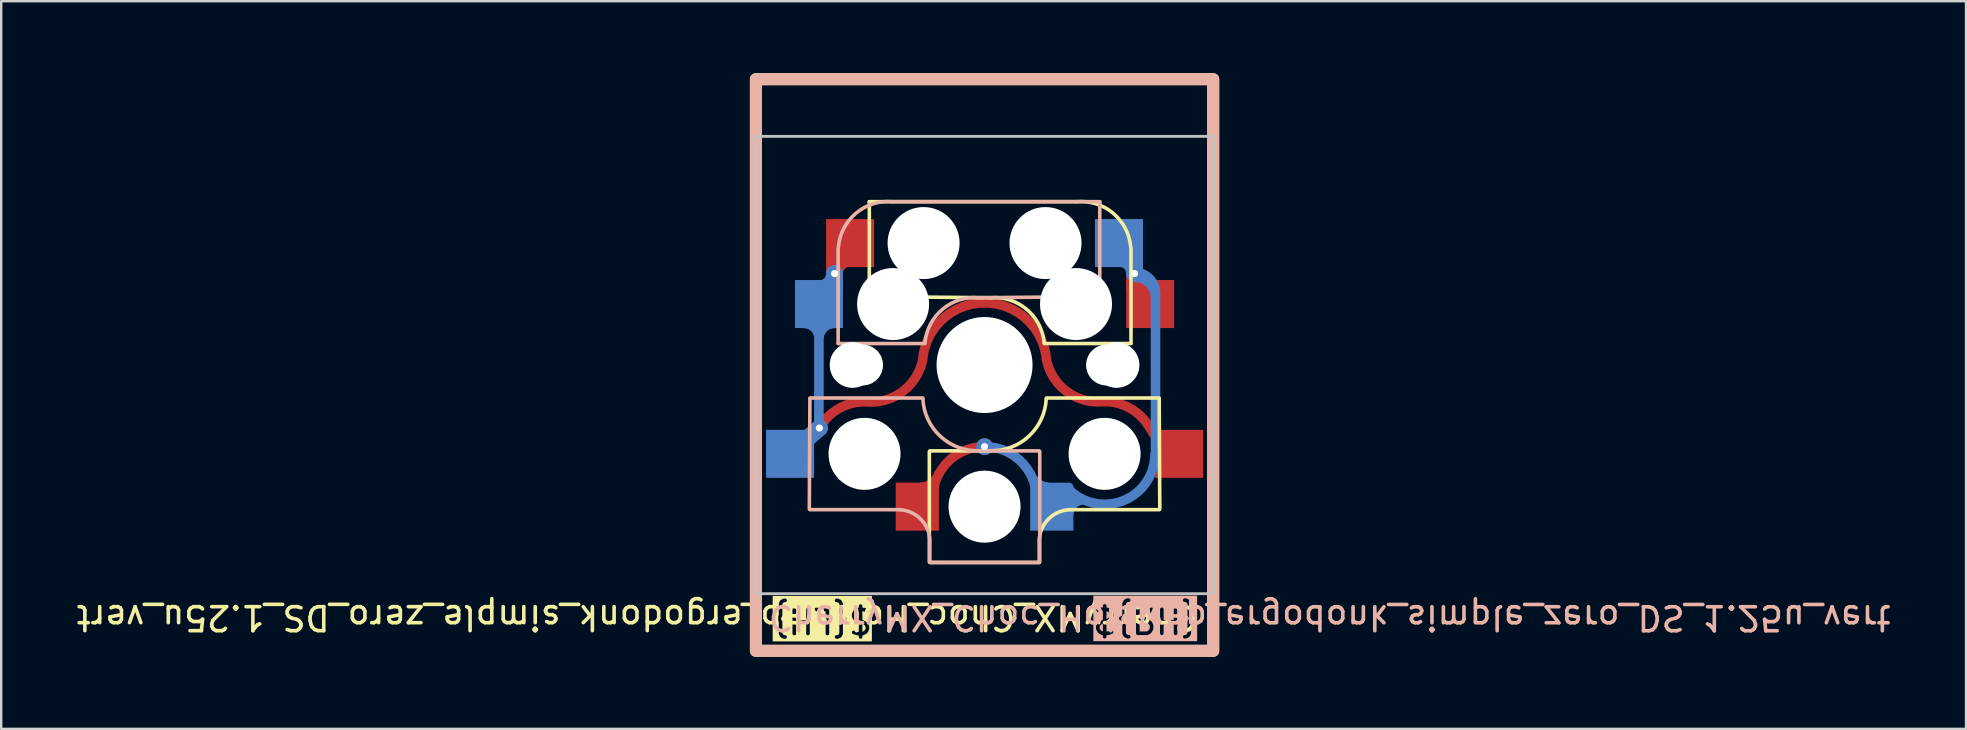
<source format=kicad_pcb>
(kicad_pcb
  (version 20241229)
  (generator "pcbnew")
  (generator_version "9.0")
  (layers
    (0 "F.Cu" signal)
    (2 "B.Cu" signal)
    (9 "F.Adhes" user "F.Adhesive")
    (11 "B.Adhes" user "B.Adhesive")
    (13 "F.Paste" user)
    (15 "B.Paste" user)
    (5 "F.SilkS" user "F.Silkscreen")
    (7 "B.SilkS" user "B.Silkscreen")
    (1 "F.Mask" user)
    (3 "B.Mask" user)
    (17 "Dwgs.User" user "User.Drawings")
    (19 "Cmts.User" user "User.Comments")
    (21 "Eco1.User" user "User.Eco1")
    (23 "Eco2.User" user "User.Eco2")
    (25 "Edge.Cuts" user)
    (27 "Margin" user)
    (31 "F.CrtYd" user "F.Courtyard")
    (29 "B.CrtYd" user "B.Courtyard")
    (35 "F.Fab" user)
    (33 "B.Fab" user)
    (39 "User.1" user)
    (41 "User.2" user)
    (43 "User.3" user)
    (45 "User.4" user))
  (footprint "CherryMX_Choc_Hotswap_ergodonk_simple_zero_DS_1.25u_vert"
    (layer "F.Cu")
    (at 37.964 12.156)
    (property "Reference" "CherryMX_Choc_Hotswap_ergodonk_simple_zero_DS_1.25u_vert" (at 9 10.52 180) (unlocked yes) (layer "F.SilkS") (effects (font (size 1 1) (thickness 0.15)) (justify left)))
    (attr smd)
    (fp_line (start -4.8 -6.804) (end 3.825 -6.804) (stroke (width 0.15) (type solid)) (layer "F.SilkS"))
    (fp_line (start -4.8 -2.896) (end -4.8 -6.804) (stroke (width 0.15) (type solid)) (layer "F.SilkS"))
    (fp_line (start -4.8 -2.85) (end 0.25 -2.804) (stroke (width 0.15) (type solid)) (layer "F.SilkS"))
    (fp_line (start -2.3 3.6) (end -2.3 8.2) (stroke (width 0.15) (type solid)) (layer "F.SilkS"))
    (fp_line (start -2.275 3.575) (end 0.275 3.575) (stroke (width 0.15) (type solid)) (layer "F.SilkS"))
    (fp_line (start -2.275 8.225) (end 2.275 8.225) (stroke (width 0.15) (type solid)) (layer "F.SilkS"))
    (fp_line (start 2.28 7.5) (end 2.28 8.2) (stroke (width 0.15) (type solid)) (layer "F.SilkS"))
    (fp_line (start 2.575 1.375) (end 7.275 1.375) (stroke (width 0.15) (type solid)) (layer "F.SilkS"))
    (fp_line (start 3.5 6.025) (end 7.275 6.025) (stroke (width 0.15) (type solid)) (layer "F.SilkS"))
    (fp_line (start 6.1 -4.85) (end 6.1 -0.905) (stroke (width 0.15) (type solid)) (layer "F.SilkS"))
    (fp_line (start 6.1 -0.896) (end 2.49 -0.896) (stroke (width 0.15) (type solid)) (layer "F.SilkS"))
    (fp_line (start 7.275 1.4) (end 7.3 6) (stroke (width 0.15) (type solid)) (layer "F.SilkS"))
    (fp_rect (start 9.525 -11.906) (end -9.525 11.906) (stroke (width 0.5) (type default)) (fill no) (layer "F.SilkS"))
    (fp_arc (start 0.225 -2.8) (mid 1.744361 -2.328061) (end 2.485 -0.92) (stroke (width 0.15) (type solid)) (layer "F.SilkS"))
    (fp_arc (start 2.28 7.45) (mid 2.595908 6.48733) (end 3.5 6.03) (stroke (width 0.15) (type solid)) (layer "F.SilkS"))
    (fp_arc (start 2.57 1.4) (mid 1.834422 2.975843) (end 0.2 3.57) (stroke (width 0.15) (type solid)) (layer "F.SilkS"))
    (fp_arc (start 3.825 -6.804) (mid 5.347189 -6.33089) (end 6.089 -4.92) (stroke (width 0.15) (type solid)) (layer "F.SilkS"))
    (fp_line (start -7.275 1.4) (end -7.3 6) (stroke (width 0.15) (type solid)) (layer "B.SilkS"))
    (fp_line (start -6.1 -4.85) (end -6.1 -0.905) (stroke (width 0.15) (type solid)) (layer "B.SilkS"))
    (fp_line (start -6.1 -0.896) (end -2.49 -0.896) (stroke (width 0.15) (type solid)) (layer "B.SilkS"))
    (fp_line (start -3.5 6.025) (end -7.275 6.025) (stroke (width 0.15) (type solid)) (layer "B.SilkS"))
    (fp_line (start -2.575 1.375) (end -7.275 1.375) (stroke (width 0.15) (type solid)) (layer "B.SilkS"))
    (fp_line (start -2.28 7.5) (end -2.28 8.2) (stroke (width 0.15) (type solid)) (layer "B.SilkS"))
    (fp_line (start 2.275 3.575) (end -0.275 3.575) (stroke (width 0.15) (type solid)) (layer "B.SilkS"))
    (fp_line (start 2.275 8.225) (end -2.275 8.225) (stroke (width 0.15) (type solid)) (layer "B.SilkS"))
    (fp_line (start 2.3 3.6) (end 2.3 8.2) (stroke (width 0.15) (type solid)) (layer "B.SilkS"))
    (fp_line (start 4.8 -6.804) (end -3.825 -6.804) (stroke (width 0.15) (type solid)) (layer "B.SilkS"))
    (fp_line (start 4.8 -2.896) (end 4.8 -6.804) (stroke (width 0.15) (type solid)) (layer "B.SilkS"))
    (fp_line (start 4.8 -2.85) (end -0.25 -2.804) (stroke (width 0.15) (type solid)) (layer "B.SilkS"))
    (fp_rect (start 9.525 -11.906) (end -9.525 11.906) (stroke (width 0.5) (type default)) (fill no) (layer "B.SilkS"))
    (fp_arc (start -6.089 -4.92) (mid -5.347189 -6.33089) (end -3.825 -6.804) (stroke (width 0.15) (type solid)) (layer "B.SilkS"))
    (fp_arc (start -3.5 6.03) (mid -2.595908 6.48733) (end -2.28 7.45) (stroke (width 0.15) (type solid)) (layer "B.SilkS"))
    (fp_arc (start -2.485 -0.92) (mid -1.744361 -2.328061) (end -0.225 -2.8) (stroke (width 0.15) (type solid)) (layer "B.SilkS"))
    (fp_arc (start -0.2 3.57) (mid -1.834422 2.975843) (end -2.57 1.4) (stroke (width 0.15) (type solid)) (layer "B.SilkS"))
    (fp_rect (start 9.525 -9.525) (end -9.525 9.525) (stroke (width 0.12) (type default)) (fill no) (layer "Dwgs.User"))
    (fp_line (start -9 -9) (end 9 -9) (stroke (width 0.15) (type solid)) (layer "Eco2.User"))
    (fp_line (start -9 9) (end -9 -9) (stroke (width 0.15) (type solid)) (layer "Eco2.User"))
    (fp_line (start 9 -9) (end 9 9) (stroke (width 0.15) (type solid)) (layer "Eco2.User"))
    (fp_line (start 9 9) (end -9 9) (stroke (width 0.15) (type solid)) (layer "Eco2.User"))
    (fp_rect (start 7 7) (end -7 -7) (stroke (width 0.12) (type default)) (fill no) (layer "User.4"))
    (fp_rect (start -2.15 -7.5) (end 2.15 -7) (stroke (width 0.12) (type default)) (fill no) (layer "User.8"))
    (fp_rect (start -2.15 7) (end 2.15 7.5) (stroke (width 0.12) (type default)) (fill no) (layer "User.8"))
    (fp_rect (start 7 7) (end -7 -7) (stroke (width 0.12) (type default)) (fill no) (layer "User.8"))
    (fp_rect (start 9.525 -11.906) (end -9.525 11.906) (stroke (width 0.12) (type default)) (fill no) (layer "User.8"))
    (fp_text user "${LH}" (at -8.93 10.64 180) (unlocked yes) (layer "F.SilkS" knockout) (effects (font (size 1 1) (thickness 0.15)) (justify right)))
    (fp_text user "${REFERENCE}" (at -9.08 9.94 180) (unlocked yes) (layer "B.SilkS") (effects (font (size 1 1) (thickness 0.15)) (justify left bottom mirror)))
    (fp_text user "${RH}" (at 8.96 10.63 180) (unlocked yes) (layer "B.SilkS" knockout) (effects (font (size 1 1) (thickness 0.15)) (justify right mirror)))
    (pad "" np_thru_hole circle (at -5.5 0 90) (size 1.9 1.9) (drill 1.9) (layers "*.Cu" "*.Mask"))
    (pad "" np_thru_hole circle (at -5.08 0) (size 1.7 1.7) (drill 1.7) (layers "*.Cu" "*.Mask"))
    (pad "" np_thru_hole circle (at -5 3.7 90) (size 3 3) (drill 3) (layers "*.Cu" "*.Mask"))
    (pad "" np_thru_hole circle (at -3.81 -2.54 180) (size 3 3) (drill 3) (layers "*.Cu" "*.Mask"))
    (pad "" np_thru_hole circle (at -2.54 -5.08 180) (size 3 3) (drill 3) (layers "*.Cu" "*.Mask"))
    (pad "" np_thru_hole circle (at 0 0 90) (size 4 4) (drill 4) (layers "*.Cu" "*.Mask"))
    (pad "" np_thru_hole circle (at 0 5.9 90) (size 3 3) (drill 3) (layers "*.Cu" "*.Mask"))
    (pad "" np_thru_hole circle (at 2.54 -5.08 180) (size 3 3) (drill 3) (layers "*.Cu" "*.Mask"))
    (pad "" np_thru_hole circle (at 3.81 -2.54 180) (size 3 3) (drill 3) (layers "*.Cu" "*.Mask"))
    (pad "" np_thru_hole circle (at 5 3.7 270) (size 3 3) (drill 3) (layers "*.Cu" "*.Mask"))
    (pad "" np_thru_hole circle (at 5.08 0) (size 1.7 1.7) (drill 1.7) (layers "*.Cu" "*.Mask"))
    (pad "" np_thru_hole circle (at 5.5 0 90) (size 1.9 1.9) (drill 1.9) (layers "*.Cu" "*.Mask"))
    (pad "5" smd rect (at -2.8 5.9 180) (size 1.8 2) (layers "F.Cu" "F.Mask" "F.Paste"))
    (pad "5" smd custom (at 0 3.4 180) (size 0.5 0.5) (layers "F.Cu") (options (anchor circle)) (primitives (gr_arc (start 2.162317 -2.145078) (mid 1.522907 -0.62724) (end 0 0) (width 0.4)) (gr_arc (start 1.91 -1.130079) (mid 2.168641 -1.50068) (end 2.583232 -1.680555) (width 0.4))))
    (pad "5" thru_hole circle (at 0 3.4) (size 0.7 0.7) (drill 0.3) (layers "*.Cu"))
    (pad "5" smd custom (at 1.523 4.027) (size 0.4 0.4) (layers "B.Cu") (options (anchor circle)) (primitives (gr_arc (start -1.522907 -0.62724) (mid 0 0) (end 0.63941 1.517838) (width 0.4)) (gr_arc (start 1.060325 1.053315) (mid 0.645733 0.873441) (end 0.387091 0.50284) (width 0.4))))
    (pad "5" smd roundrect (at 2.8 5.9 180) (size 1.8 2) (layers "B.Cu" "B.Mask" "B.Paste") (roundrect_rratio 0.1) (chamfer_ratio 0) (chamfer top_left top_right bottom_right))
    (pad "5" smd rect (at 5.6 -5.08 180) (size 2 2) (layers "B.Cu" "B.Mask" "B.Paste"))
    (pad "5" smd custom (at 6.19 -3.21) (size 0.5 0.5) (layers "F.Cu" "F.Mask" "F.Paste") (options (anchor circle)) (primitives (gr_arc (start 0.69 0.03) (mid 0.244523 -0.154523) (end 0.06 -0.6) (width 0.7)) (gr_line (start 0.06 -0.6) (end 0.06 0) (width 0.7))))
    (pad "5" thru_hole circle (at 6.25 -3.81) (size 0.7 0.7) (drill 0.3) (layers "*.Cu"))
    (pad "5" smd rect (at 6.9 -2.54 180) (size 2 2) (layers "F.Cu" "F.Mask" "F.Paste"))
    (pad "5" smd custom (at 7.122 0.355 180) (size 0.4 0.4) (layers "B.Cu") (options (anchor circle)) (primitives (gr_line (start 0 -3.345) (end 0 3.345) (width 0.4)) (gr_arc (start 0.867257 4.009817) (mid 0.252074 3.755) (end -0.002743 3.139817) (width 0.4)) (gr_arc (start 0.022075 -3.345) (mid 1.282666 -5.26994) (end 3.55102 -4.883867) (width 0.4)) (gr_arc (start 3.622074 -5.895) (mid 3.437552 -5.449521) (end 2.992074 -5.264996) (width 0.4)) (gr_arc (start 1.502074 4.795) (mid 1.056594 4.610479) (end 0.87207 4.165) (width 0.7)) (gr_line (start 0.872 4.165) (end 0.872 4.765) (width 0.7)) (gr_arc (start 0.87 4.215) (mid 0.254817 3.960183) (end 0 3.345) (width 0.4))))
    (pad "6" smd rect (at -8.1 3.7 180) (size 2 2) (layers "B.Cu" "B.Mask" "B.Paste"))
    (pad "6" smd rect (at -6.9 -2.54 180) (size 2 2) (layers "B.Cu" "B.Mask" "B.Paste"))
    (pad "6" smd custom (at -6.9 -0.06) (size 0.4 0.4) (layers "B.Cu") (options (anchor circle)) (primitives (gr_line (start 0 2.48) (end 0 -2.48) (width 0.4)) (gr_line (start 0.018 2.684) (end -1.2 3.76) (width 0.7)) (gr_arc (start -0.624523 -1.67) (mid -0.179046 -1.485477) (end 0.005477 -1.04) (width 0.4)) (gr_arc (start 0.005477 -1.04) (mid 0.19 -1.485478) (end 0.635477 -1.670003) (width 0.4))))
    (pad "6" thru_hole circle (at -6.882 2.624) (size 0.7 0.7) (drill 0.3) (layers "*.Cu"))
    (pad "6" smd custom (at -6.29 -4.35) (size 0.5 0.5) (layers "F.Cu" "F.Mask" "F.Paste") (options (anchor circle)) (primitives (gr_arc (start 0.04 0.54) (mid 0.224523 0.094523) (end 0.67 -0.09) (width 0.7)) (gr_line (start 0.04 0.54) (end 0.04 -0.06) (width 0.7))))
    (pad "6" smd custom (at -6.29 -3.34) (size 0.5 0.5) (layers "B.Cu" "B.Mask" "B.Paste") (options (anchor circle)) (primitives (gr_arc (start 0.04 -0.47) (mid -0.144523 -0.024523) (end -0.59 0.16) (width 0.7)) (gr_line (start 0.04 -0.47) (end 0.04 0.13) (width 0.7))))
    (pad "6" thru_hole circle (at -6.25 -3.81) (size 0.7 0.7) (drill 0.3) (layers "*.Cu"))
    (pad "6" smd rect (at -5.6 -5.08 180) (size 2 2) (layers "F.Cu" "F.Mask" "F.Paste"))
    (pad "6" smd custom (at -0.004 -2.589 180) (size 0.4 0.4) (layers "F.Cu") (options (anchor circle)) (primitives (gr_arc (start 2.575781 -2.378529) (mid 0 0) (end -2.583521 -2.37012) (width 0.4)) (gr_arc (start 2.575781 -2.378529) (mid 3.425837 -3.704367) (end 4.944628 -4.121163) (width 0.4)) (gr_arc (start 6.877611 -5.212044) (mid 6.06131 -4.400474) (end 4.944628 -4.12116) (width 0.4)) (gr_arc (start -4.952367 -4.112751) (mid -3.433578 -3.695955) (end -2.58352 -2.37012) (width 0.4)) (gr_arc (start -4.952367 -4.112752) (mid -6.069049 -4.392065) (end -6.88535 -5.203635) (width 0.4)) (gr_line (start -6.885 -5.204) (end -7.514 -6.169) (width 0.4))))
    (pad "6" smd rect (at 8.1 3.7 180) (size 2 2) (layers "F.Cu" "F.Mask" "F.Paste")))
  (gr_rect
    (start -3 -3)
    (end 78.849 27.312)
    (stroke (width 0.1) (type default))
    (fill no)
    (layer "Edge.Cuts")))
</source>
